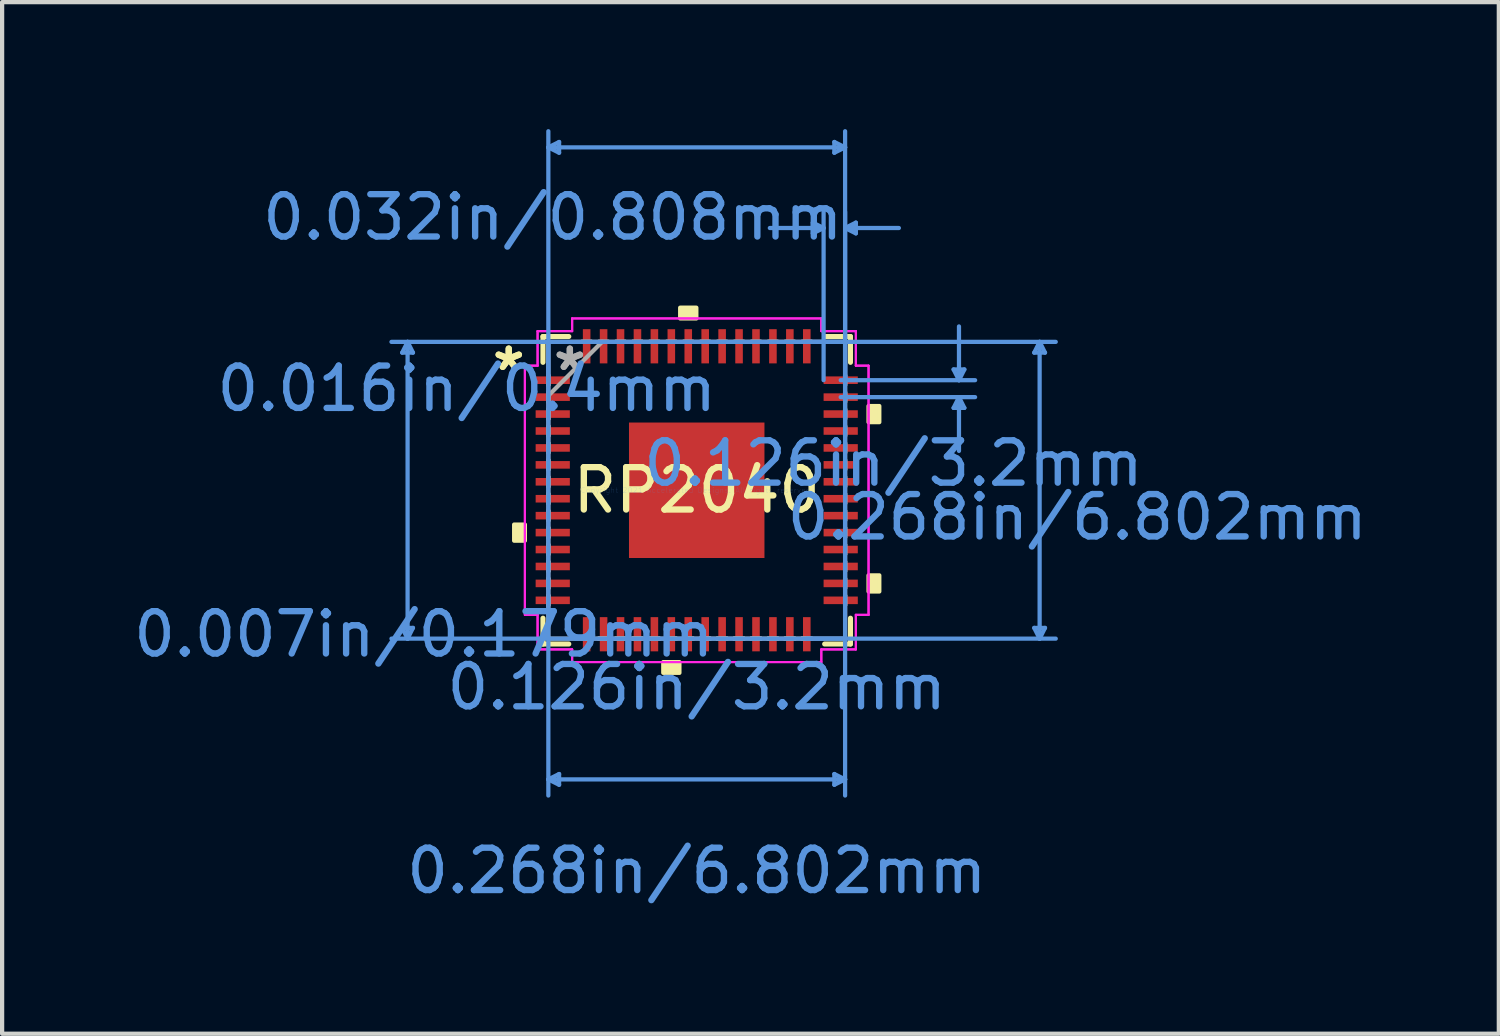
<source format=kicad_pcb>
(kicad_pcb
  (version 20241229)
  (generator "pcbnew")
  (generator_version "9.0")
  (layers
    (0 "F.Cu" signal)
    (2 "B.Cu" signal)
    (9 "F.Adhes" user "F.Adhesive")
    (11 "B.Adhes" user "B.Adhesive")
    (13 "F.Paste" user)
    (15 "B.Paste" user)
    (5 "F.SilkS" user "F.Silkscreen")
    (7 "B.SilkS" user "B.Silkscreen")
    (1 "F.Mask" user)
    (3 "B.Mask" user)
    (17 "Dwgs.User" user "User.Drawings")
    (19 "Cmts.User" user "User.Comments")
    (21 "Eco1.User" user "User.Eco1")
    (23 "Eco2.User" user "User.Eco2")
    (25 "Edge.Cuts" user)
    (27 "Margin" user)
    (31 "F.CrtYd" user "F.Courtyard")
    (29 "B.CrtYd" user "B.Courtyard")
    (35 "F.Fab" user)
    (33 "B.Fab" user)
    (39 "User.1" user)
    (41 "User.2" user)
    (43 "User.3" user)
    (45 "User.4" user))
  (footprint "RP2040"
    (layer "F.Cu")
    (at 13.408 8.531)
    (property "Reference" "RP2040" (at 0 0 0) (layer "F.SilkS") (effects (font (size 1 1) (thickness 0.15))))
    (attr through_hole)
    (fp_line (start -3.632 -3.632) (end -3.632 -3.022) (stroke (width 0.12) (type solid)) (layer "F.SilkS"))
    (fp_line (start -3.632 3.022) (end -3.632 3.632) (stroke (width 0.12) (type solid)) (layer "F.SilkS"))
    (fp_line (start -3.632 3.632) (end -3.022 3.632) (stroke (width 0.12) (type solid)) (layer "F.SilkS"))
    (fp_line (start -3.022 -3.632) (end -3.632 -3.632) (stroke (width 0.12) (type solid)) (layer "F.SilkS"))
    (fp_line (start 3.022 3.632) (end 3.632 3.632) (stroke (width 0.12) (type solid)) (layer "F.SilkS"))
    (fp_line (start 3.632 -3.632) (end 3.022 -3.632) (stroke (width 0.12) (type solid)) (layer "F.SilkS"))
    (fp_line (start 3.632 -3.022) (end 3.632 -3.632) (stroke (width 0.12) (type solid)) (layer "F.SilkS"))
    (fp_line (start 3.632 3.632) (end 3.632 3.022) (stroke (width 0.12) (type solid)) (layer "F.SilkS"))
    (fp_poly (pts (xy -4.313 0.81) (xy -4.313 1.191) (xy -4.059 1.191) (xy -4.059 0.81)) (stroke (width 0.1) (type solid)) (fill yes) (layer "F.SilkS"))
    (fp_poly (pts (xy -0.79 4.059) (xy -0.79 4.313) (xy -0.409 4.313) (xy -0.409 4.059)) (stroke (width 0.1) (type solid)) (fill yes) (layer "F.SilkS"))
    (fp_poly (pts (xy -0.391 -4.059) (xy -0.391 -4.313) (xy -0.009 -4.313) (xy -0.009 -4.059)) (stroke (width 0.1) (type solid)) (fill yes) (layer "F.SilkS"))
    (fp_poly (pts (xy 4.313 -1.99) (xy 4.313 -1.609) (xy 4.059 -1.609) (xy 4.059 -1.99)) (stroke (width 0.1) (type solid)) (fill yes) (layer "F.SilkS"))
    (fp_poly (pts (xy 4.313 2.01) (xy 4.313 2.391) (xy 4.059 2.391) (xy 4.059 2.01)) (stroke (width 0.1) (type solid)) (fill yes) (layer "F.SilkS"))
    (fp_poly (pts (xy -1.5 -1.5) (xy -1.5 -0.1) (xy -0.1 -0.1) (xy -0.1 -1.5)) (stroke (width 0.1) (type solid)) (fill yes) (layer "F.Paste"))
    (fp_poly (pts (xy -1.5 0.1) (xy -1.5 1.5) (xy -0.1 1.5) (xy -0.1 0.1)) (stroke (width 0.1) (type solid)) (fill yes) (layer "F.Paste"))
    (fp_poly (pts (xy 0.1 -1.5) (xy 0.1 -0.1) (xy 1.5 -0.1) (xy 1.5 -1.5)) (stroke (width 0.1) (type solid)) (fill yes) (layer "F.Paste"))
    (fp_poly (pts (xy 0.1 0.1) (xy 0.1 1.5) (xy 1.5 1.5) (xy 1.5 0.1)) (stroke (width 0.1) (type solid)) (fill yes) (layer "F.Paste"))
    (fp_line (start -6.957 -3.251) (end -6.703 -3.251) (stroke (width 0.1) (type solid)) (layer "Cmts.User"))
    (fp_line (start -6.957 3.251) (end -6.703 3.251) (stroke (width 0.1) (type solid)) (layer "Cmts.User"))
    (fp_line (start -6.83 -3.505) (end -6.957 -3.251) (stroke (width 0.1) (type solid)) (layer "Cmts.User"))
    (fp_line (start -6.83 -3.505) (end -6.83 3.505) (stroke (width 0.1) (type solid)) (layer "Cmts.User"))
    (fp_line (start -6.83 -3.505) (end -6.703 -3.251) (stroke (width 0.1) (type solid)) (layer "Cmts.User"))
    (fp_line (start -6.83 3.505) (end -6.957 3.251) (stroke (width 0.1) (type solid)) (layer "Cmts.User"))
    (fp_line (start -6.83 3.505) (end -6.703 3.251) (stroke (width 0.1) (type solid)) (layer "Cmts.User"))
    (fp_line (start -3.505 -8.1) (end -3.251 -8.227) (stroke (width 0.1) (type solid)) (layer "Cmts.User"))
    (fp_line (start -3.505 -8.1) (end -3.251 -7.973) (stroke (width 0.1) (type solid)) (layer "Cmts.User"))
    (fp_line (start -3.505 -8.1) (end 3.505 -8.1) (stroke (width 0.1) (type solid)) (layer "Cmts.User"))
    (fp_line (start -3.505 -3.505) (end -3.505 7.211) (stroke (width 0.1) (type solid)) (layer "Cmts.User"))
    (fp_line (start -3.505 -2.6) (end -3.505 -8.481) (stroke (width 0.1) (type solid)) (layer "Cmts.User"))
    (fp_line (start -3.505 6.83) (end -3.251 6.703) (stroke (width 0.1) (type solid)) (layer "Cmts.User"))
    (fp_line (start -3.505 6.83) (end -3.251 6.957) (stroke (width 0.1) (type solid)) (layer "Cmts.User"))
    (fp_line (start -3.505 6.83) (end 3.505 6.83) (stroke (width 0.1) (type solid)) (layer "Cmts.User"))
    (fp_line (start -3.251 -8.227) (end -3.251 -7.973) (stroke (width 0.1) (type solid)) (layer "Cmts.User"))
    (fp_line (start -3.251 6.703) (end -3.251 6.957) (stroke (width 0.1) (type solid)) (layer "Cmts.User"))
    (fp_line (start 2.6 -3.505) (end 8.481 -3.505) (stroke (width 0.1) (type solid)) (layer "Cmts.User"))
    (fp_line (start 2.6 3.505) (end 8.481 3.505) (stroke (width 0.1) (type solid)) (layer "Cmts.User"))
    (fp_line (start 2.743 -6.322) (end 2.743 -6.068) (stroke (width 0.1) (type solid)) (layer "Cmts.User"))
    (fp_line (start 2.997 -6.195) (end 1.727 -6.195) (stroke (width 0.1) (type solid)) (layer "Cmts.User"))
    (fp_line (start 2.997 -6.195) (end 2.743 -6.322) (stroke (width 0.1) (type solid)) (layer "Cmts.User"))
    (fp_line (start 2.997 -6.195) (end 2.743 -6.068) (stroke (width 0.1) (type solid)) (layer "Cmts.User"))
    (fp_line (start 2.997 -2.6) (end 2.997 -6.576) (stroke (width 0.1) (type solid)) (layer "Cmts.User"))
    (fp_line (start 3.251 -8.227) (end 3.251 -7.973) (stroke (width 0.1) (type solid)) (layer "Cmts.User"))
    (fp_line (start 3.251 6.703) (end 3.251 6.957) (stroke (width 0.1) (type solid)) (layer "Cmts.User"))
    (fp_line (start 3.401 -2.6) (end 6.576 -2.6) (stroke (width 0.1) (type solid)) (layer "Cmts.User"))
    (fp_line (start 3.401 -2.2) (end 6.576 -2.2) (stroke (width 0.1) (type solid)) (layer "Cmts.User"))
    (fp_line (start 3.505 -8.1) (end 3.251 -8.227) (stroke (width 0.1) (type solid)) (layer "Cmts.User"))
    (fp_line (start 3.505 -8.1) (end 3.251 -7.973) (stroke (width 0.1) (type solid)) (layer "Cmts.User"))
    (fp_line (start 3.505 -6.195) (end 3.759 -6.322) (stroke (width 0.1) (type solid)) (layer "Cmts.User"))
    (fp_line (start 3.505 -6.195) (end 3.759 -6.068) (stroke (width 0.1) (type solid)) (layer "Cmts.User"))
    (fp_line (start 3.505 -6.195) (end 4.775 -6.195) (stroke (width 0.1) (type solid)) (layer "Cmts.User"))
    (fp_line (start 3.505 -3.505) (end -7.211 -3.505) (stroke (width 0.1) (type solid)) (layer "Cmts.User"))
    (fp_line (start 3.505 -3.505) (end 3.505 7.211) (stroke (width 0.1) (type solid)) (layer "Cmts.User"))
    (fp_line (start 3.505 -2.6) (end 3.505 -8.481) (stroke (width 0.1) (type solid)) (layer "Cmts.User"))
    (fp_line (start 3.505 -2.6) (end 3.505 -6.576) (stroke (width 0.1) (type solid)) (layer "Cmts.User"))
    (fp_line (start 3.505 3.505) (end -7.211 3.505) (stroke (width 0.1) (type solid)) (layer "Cmts.User"))
    (fp_line (start 3.505 6.83) (end 3.251 6.703) (stroke (width 0.1) (type solid)) (layer "Cmts.User"))
    (fp_line (start 3.505 6.83) (end 3.251 6.957) (stroke (width 0.1) (type solid)) (layer "Cmts.User"))
    (fp_line (start 3.759 -6.322) (end 3.759 -6.068) (stroke (width 0.1) (type solid)) (layer "Cmts.User"))
    (fp_line (start 6.068 -2.854) (end 6.322 -2.854) (stroke (width 0.1) (type solid)) (layer "Cmts.User"))
    (fp_line (start 6.068 -1.946) (end 6.322 -1.946) (stroke (width 0.1) (type solid)) (layer "Cmts.User"))
    (fp_line (start 6.195 -2.6) (end 6.068 -2.854) (stroke (width 0.1) (type solid)) (layer "Cmts.User"))
    (fp_line (start 6.195 -2.6) (end 6.195 -3.87) (stroke (width 0.1) (type solid)) (layer "Cmts.User"))
    (fp_line (start 6.195 -2.6) (end 6.322 -2.854) (stroke (width 0.1) (type solid)) (layer "Cmts.User"))
    (fp_line (start 6.195 -2.2) (end 6.068 -1.946) (stroke (width 0.1) (type solid)) (layer "Cmts.User"))
    (fp_line (start 6.195 -2.2) (end 6.195 -0.93) (stroke (width 0.1) (type solid)) (layer "Cmts.User"))
    (fp_line (start 6.195 -2.2) (end 6.322 -1.946) (stroke (width 0.1) (type solid)) (layer "Cmts.User"))
    (fp_line (start 7.973 -3.251) (end 8.227 -3.251) (stroke (width 0.1) (type solid)) (layer "Cmts.User"))
    (fp_line (start 7.973 3.251) (end 8.227 3.251) (stroke (width 0.1) (type solid)) (layer "Cmts.User"))
    (fp_line (start 8.1 -3.505) (end 7.973 -3.251) (stroke (width 0.1) (type solid)) (layer "Cmts.User"))
    (fp_line (start 8.1 -3.505) (end 8.1 3.505) (stroke (width 0.1) (type solid)) (layer "Cmts.User"))
    (fp_line (start 8.1 -3.505) (end 8.227 -3.251) (stroke (width 0.1) (type solid)) (layer "Cmts.User"))
    (fp_line (start 8.1 3.505) (end 7.973 3.251) (stroke (width 0.1) (type solid)) (layer "Cmts.User"))
    (fp_line (start 8.1 3.505) (end 8.227 3.251) (stroke (width 0.1) (type solid)) (layer "Cmts.User"))
    (fp_line (start -4.059 -2.943) (end -3.759 -2.943) (stroke (width 0.05) (type solid)) (layer "F.CrtYd"))
    (fp_line (start -4.059 -2.943) (end -3.759 -2.943) (stroke (width 0.05) (type solid)) (layer "F.CrtYd"))
    (fp_line (start -4.059 2.943) (end -4.059 -2.943) (stroke (width 0.05) (type solid)) (layer "F.CrtYd"))
    (fp_line (start -4.059 2.943) (end -4.059 -2.943) (stroke (width 0.05) (type solid)) (layer "F.CrtYd"))
    (fp_line (start -3.759 -3.759) (end -2.943 -3.759) (stroke (width 0.05) (type solid)) (layer "F.CrtYd"))
    (fp_line (start -3.759 -3.759) (end -2.943 -3.759) (stroke (width 0.05) (type solid)) (layer "F.CrtYd"))
    (fp_line (start -3.759 -2.943) (end -3.759 -3.759) (stroke (width 0.05) (type solid)) (layer "F.CrtYd"))
    (fp_line (start -3.759 -2.943) (end -3.759 -3.759) (stroke (width 0.05) (type solid)) (layer "F.CrtYd"))
    (fp_line (start -3.759 2.943) (end -4.059 2.943) (stroke (width 0.05) (type solid)) (layer "F.CrtYd"))
    (fp_line (start -3.759 2.943) (end -4.059 2.943) (stroke (width 0.05) (type solid)) (layer "F.CrtYd"))
    (fp_line (start -3.759 3.759) (end -3.759 2.943) (stroke (width 0.05) (type solid)) (layer "F.CrtYd"))
    (fp_line (start -3.759 3.759) (end -3.759 2.943) (stroke (width 0.05) (type solid)) (layer "F.CrtYd"))
    (fp_line (start -2.943 -4.059) (end 2.943 -4.059) (stroke (width 0.05) (type solid)) (layer "F.CrtYd"))
    (fp_line (start -2.943 -4.059) (end 2.943 -4.059) (stroke (width 0.05) (type solid)) (layer "F.CrtYd"))
    (fp_line (start -2.943 -3.759) (end -2.943 -4.059) (stroke (width 0.05) (type solid)) (layer "F.CrtYd"))
    (fp_line (start -2.943 -3.759) (end -2.943 -4.059) (stroke (width 0.05) (type solid)) (layer "F.CrtYd"))
    (fp_line (start -2.943 3.759) (end -3.759 3.759) (stroke (width 0.05) (type solid)) (layer "F.CrtYd"))
    (fp_line (start -2.943 3.759) (end -3.759 3.759) (stroke (width 0.05) (type solid)) (layer "F.CrtYd"))
    (fp_line (start -2.943 4.059) (end -2.943 3.759) (stroke (width 0.05) (type solid)) (layer "F.CrtYd"))
    (fp_line (start -2.943 4.059) (end -2.943 3.759) (stroke (width 0.05) (type solid)) (layer "F.CrtYd"))
    (fp_line (start 2.943 -4.059) (end 2.943 -3.759) (stroke (width 0.05) (type solid)) (layer "F.CrtYd"))
    (fp_line (start 2.943 -4.059) (end 2.943 -3.759) (stroke (width 0.05) (type solid)) (layer "F.CrtYd"))
    (fp_line (start 2.943 -3.759) (end 3.759 -3.759) (stroke (width 0.05) (type solid)) (layer "F.CrtYd"))
    (fp_line (start 2.943 -3.759) (end 3.759 -3.759) (stroke (width 0.05) (type solid)) (layer "F.CrtYd"))
    (fp_line (start 2.943 3.759) (end 2.943 4.059) (stroke (width 0.05) (type solid)) (layer "F.CrtYd"))
    (fp_line (start 2.943 3.759) (end 2.943 4.059) (stroke (width 0.05) (type solid)) (layer "F.CrtYd"))
    (fp_line (start 2.943 4.059) (end -2.943 4.059) (stroke (width 0.05) (type solid)) (layer "F.CrtYd"))
    (fp_line (start 2.943 4.059) (end -2.943 4.059) (stroke (width 0.05) (type solid)) (layer "F.CrtYd"))
    (fp_line (start 3.759 -3.759) (end 3.759 -2.943) (stroke (width 0.05) (type solid)) (layer "F.CrtYd"))
    (fp_line (start 3.759 -3.759) (end 3.759 -2.943) (stroke (width 0.05) (type solid)) (layer "F.CrtYd"))
    (fp_line (start 3.759 -2.943) (end 4.059 -2.943) (stroke (width 0.05) (type solid)) (layer "F.CrtYd"))
    (fp_line (start 3.759 -2.943) (end 4.059 -2.943) (stroke (width 0.05) (type solid)) (layer "F.CrtYd"))
    (fp_line (start 3.759 2.943) (end 3.759 3.759) (stroke (width 0.05) (type solid)) (layer "F.CrtYd"))
    (fp_line (start 3.759 2.943) (end 3.759 3.759) (stroke (width 0.05) (type solid)) (layer "F.CrtYd"))
    (fp_line (start 3.759 3.759) (end 2.943 3.759) (stroke (width 0.05) (type solid)) (layer "F.CrtYd"))
    (fp_line (start 3.759 3.759) (end 2.943 3.759) (stroke (width 0.05) (type solid)) (layer "F.CrtYd"))
    (fp_line (start 4.059 -2.943) (end 4.059 2.943) (stroke (width 0.05) (type solid)) (layer "F.CrtYd"))
    (fp_line (start 4.059 -2.943) (end 4.059 2.943) (stroke (width 0.05) (type solid)) (layer "F.CrtYd"))
    (fp_line (start 4.059 2.943) (end 3.759 2.943) (stroke (width 0.05) (type solid)) (layer "F.CrtYd"))
    (fp_line (start 4.059 2.943) (end 3.759 2.943) (stroke (width 0.05) (type solid)) (layer "F.CrtYd"))
    (fp_line (start -3.505 -3.505) (end -3.505 -3.505) (stroke (width 0.1) (type solid)) (layer "F.Fab"))
    (fp_line (start -3.505 -3.505) (end -3.505 3.505) (stroke (width 0.1) (type solid)) (layer "F.Fab"))
    (fp_line (start -3.505 -2.714) (end -3.505 -2.714) (stroke (width 0.1) (type solid)) (layer "F.Fab"))
    (fp_line (start -3.505 -2.714) (end -3.505 -2.486) (stroke (width 0.1) (type solid)) (layer "F.Fab"))
    (fp_line (start -3.505 -2.486) (end -3.505 -2.714) (stroke (width 0.1) (type solid)) (layer "F.Fab"))
    (fp_line (start -3.505 -2.486) (end -3.505 -2.486) (stroke (width 0.1) (type solid)) (layer "F.Fab"))
    (fp_line (start -3.505 -2.314) (end -3.505 -2.314) (stroke (width 0.1) (type solid)) (layer "F.Fab"))
    (fp_line (start -3.505 -2.314) (end -3.505 -2.086) (stroke (width 0.1) (type solid)) (layer "F.Fab"))
    (fp_line (start -3.505 -2.235) (end -2.235 -3.505) (stroke (width 0.1) (type solid)) (layer "F.Fab"))
    (fp_line (start -3.505 -2.086) (end -3.505 -2.314) (stroke (width 0.1) (type solid)) (layer "F.Fab"))
    (fp_line (start -3.505 -2.086) (end -3.505 -2.086) (stroke (width 0.1) (type solid)) (layer "F.Fab"))
    (fp_line (start -3.505 -1.914) (end -3.505 -1.914) (stroke (width 0.1) (type solid)) (layer "F.Fab"))
    (fp_line (start -3.505 -1.914) (end -3.505 -1.686) (stroke (width 0.1) (type solid)) (layer "F.Fab"))
    (fp_line (start -3.505 -1.686) (end -3.505 -1.914) (stroke (width 0.1) (type solid)) (layer "F.Fab"))
    (fp_line (start -3.505 -1.686) (end -3.505 -1.686) (stroke (width 0.1) (type solid)) (layer "F.Fab"))
    (fp_line (start -3.505 -1.514) (end -3.505 -1.514) (stroke (width 0.1) (type solid)) (layer "F.Fab"))
    (fp_line (start -3.505 -1.514) (end -3.505 -1.286) (stroke (width 0.1) (type solid)) (layer "F.Fab"))
    (fp_line (start -3.505 -1.286) (end -3.505 -1.514) (stroke (width 0.1) (type solid)) (layer "F.Fab"))
    (fp_line (start -3.505 -1.286) (end -3.505 -1.286) (stroke (width 0.1) (type solid)) (layer "F.Fab"))
    (fp_line (start -3.505 -1.114) (end -3.505 -1.114) (stroke (width 0.1) (type solid)) (layer "F.Fab"))
    (fp_line (start -3.505 -1.114) (end -3.505 -0.886) (stroke (width 0.1) (type solid)) (layer "F.Fab"))
    (fp_line (start -3.505 -0.886) (end -3.505 -1.114) (stroke (width 0.1) (type solid)) (layer "F.Fab"))
    (fp_line (start -3.505 -0.886) (end -3.505 -0.886) (stroke (width 0.1) (type solid)) (layer "F.Fab"))
    (fp_line (start -3.505 -0.714) (end -3.505 -0.714) (stroke (width 0.1) (type solid)) (layer "F.Fab"))
    (fp_line (start -3.505 -0.714) (end -3.505 -0.486) (stroke (width 0.1) (type solid)) (layer "F.Fab"))
    (fp_line (start -3.505 -0.486) (end -3.505 -0.714) (stroke (width 0.1) (type solid)) (layer "F.Fab"))
    (fp_line (start -3.505 -0.486) (end -3.505 -0.486) (stroke (width 0.1) (type solid)) (layer "F.Fab"))
    (fp_line (start -3.505 -0.314) (end -3.505 -0.314) (stroke (width 0.1) (type solid)) (layer "F.Fab"))
    (fp_line (start -3.505 -0.314) (end -3.505 -0.086) (stroke (width 0.1) (type solid)) (layer "F.Fab"))
    (fp_line (start -3.505 -0.086) (end -3.505 -0.314) (stroke (width 0.1) (type solid)) (layer "F.Fab"))
    (fp_line (start -3.505 -0.086) (end -3.505 -0.086) (stroke (width 0.1) (type solid)) (layer "F.Fab"))
    (fp_line (start -3.505 0.086) (end -3.505 0.086) (stroke (width 0.1) (type solid)) (layer "F.Fab"))
    (fp_line (start -3.505 0.086) (end -3.505 0.314) (stroke (width 0.1) (type solid)) (layer "F.Fab"))
    (fp_line (start -3.505 0.314) (end -3.505 0.086) (stroke (width 0.1) (type solid)) (layer "F.Fab"))
    (fp_line (start -3.505 0.314) (end -3.505 0.314) (stroke (width 0.1) (type solid)) (layer "F.Fab"))
    (fp_line (start -3.505 0.486) (end -3.505 0.486) (stroke (width 0.1) (type solid)) (layer "F.Fab"))
    (fp_line (start -3.505 0.486) (end -3.505 0.714) (stroke (width 0.1) (type solid)) (layer "F.Fab"))
    (fp_line (start -3.505 0.714) (end -3.505 0.486) (stroke (width 0.1) (type solid)) (layer "F.Fab"))
    (fp_line (start -3.505 0.714) (end -3.505 0.714) (stroke (width 0.1) (type solid)) (layer "F.Fab"))
    (fp_line (start -3.505 0.886) (end -3.505 0.886) (stroke (width 0.1) (type solid)) (layer "F.Fab"))
    (fp_line (start -3.505 0.886) (end -3.505 1.114) (stroke (width 0.1) (type solid)) (layer "F.Fab"))
    (fp_line (start -3.505 1.114) (end -3.505 0.886) (stroke (width 0.1) (type solid)) (layer "F.Fab"))
    (fp_line (start -3.505 1.114) (end -3.505 1.114) (stroke (width 0.1) (type solid)) (layer "F.Fab"))
    (fp_line (start -3.505 1.286) (end -3.505 1.286) (stroke (width 0.1) (type solid)) (layer "F.Fab"))
    (fp_line (start -3.505 1.286) (end -3.505 1.514) (stroke (width 0.1) (type solid)) (layer "F.Fab"))
    (fp_line (start -3.505 1.514) (end -3.505 1.286) (stroke (width 0.1) (type solid)) (layer "F.Fab"))
    (fp_line (start -3.505 1.514) (end -3.505 1.514) (stroke (width 0.1) (type solid)) (layer "F.Fab"))
    (fp_line (start -3.505 1.686) (end -3.505 1.686) (stroke (width 0.1) (type solid)) (layer "F.Fab"))
    (fp_line (start -3.505 1.686) (end -3.505 1.914) (stroke (width 0.1) (type solid)) (layer "F.Fab"))
    (fp_line (start -3.505 1.914) (end -3.505 1.686) (stroke (width 0.1) (type solid)) (layer "F.Fab"))
    (fp_line (start -3.505 1.914) (end -3.505 1.914) (stroke (width 0.1) (type solid)) (layer "F.Fab"))
    (fp_line (start -3.505 2.086) (end -3.505 2.086) (stroke (width 0.1) (type solid)) (layer "F.Fab"))
    (fp_line (start -3.505 2.086) (end -3.505 2.314) (stroke (width 0.1) (type solid)) (layer "F.Fab"))
    (fp_line (start -3.505 2.314) (end -3.505 2.086) (stroke (width 0.1) (type solid)) (layer "F.Fab"))
    (fp_line (start -3.505 2.314) (end -3.505 2.314) (stroke (width 0.1) (type solid)) (layer "F.Fab"))
    (fp_line (start -3.505 2.486) (end -3.505 2.486) (stroke (width 0.1) (type solid)) (layer "F.Fab"))
    (fp_line (start -3.505 2.486) (end -3.505 2.714) (stroke (width 0.1) (type solid)) (layer "F.Fab"))
    (fp_line (start -3.505 2.714) (end -3.505 2.486) (stroke (width 0.1) (type solid)) (layer "F.Fab"))
    (fp_line (start -3.505 2.714) (end -3.505 2.714) (stroke (width 0.1) (type solid)) (layer "F.Fab"))
    (fp_line (start -3.505 3.505) (end -3.505 3.505) (stroke (width 0.1) (type solid)) (layer "F.Fab"))
    (fp_line (start -3.505 3.505) (end 3.505 3.505) (stroke (width 0.1) (type solid)) (layer "F.Fab"))
    (fp_line (start -2.714 -3.505) (end -2.714 -3.505) (stroke (width 0.1) (type solid)) (layer "F.Fab"))
    (fp_line (start -2.714 -3.505) (end -2.486 -3.505) (stroke (width 0.1) (type solid)) (layer "F.Fab"))
    (fp_line (start -2.714 3.505) (end -2.714 3.505) (stroke (width 0.1) (type solid)) (layer "F.Fab"))
    (fp_line (start -2.714 3.505) (end -2.486 3.505) (stroke (width 0.1) (type solid)) (layer "F.Fab"))
    (fp_line (start -2.486 -3.505) (end -2.714 -3.505) (stroke (width 0.1) (type solid)) (layer "F.Fab"))
    (fp_line (start -2.486 -3.505) (end -2.486 -3.505) (stroke (width 0.1) (type solid)) (layer "F.Fab"))
    (fp_line (start -2.486 3.505) (end -2.714 3.505) (stroke (width 0.1) (type solid)) (layer "F.Fab"))
    (fp_line (start -2.486 3.505) (end -2.486 3.505) (stroke (width 0.1) (type solid)) (layer "F.Fab"))
    (fp_line (start -2.314 -3.505) (end -2.314 -3.505) (stroke (width 0.1) (type solid)) (layer "F.Fab"))
    (fp_line (start -2.314 -3.505) (end -2.086 -3.505) (stroke (width 0.1) (type solid)) (layer "F.Fab"))
    (fp_line (start -2.314 3.505) (end -2.314 3.505) (stroke (width 0.1) (type solid)) (layer "F.Fab"))
    (fp_line (start -2.314 3.505) (end -2.086 3.505) (stroke (width 0.1) (type solid)) (layer "F.Fab"))
    (fp_line (start -2.086 -3.505) (end -2.314 -3.505) (stroke (width 0.1) (type solid)) (layer "F.Fab"))
    (fp_line (start -2.086 -3.505) (end -2.086 -3.505) (stroke (width 0.1) (type solid)) (layer "F.Fab"))
    (fp_line (start -2.086 3.505) (end -2.314 3.505) (stroke (width 0.1) (type solid)) (layer "F.Fab"))
    (fp_line (start -2.086 3.505) (end -2.086 3.505) (stroke (width 0.1) (type solid)) (layer "F.Fab"))
    (fp_line (start -1.914 -3.505) (end -1.914 -3.505) (stroke (width 0.1) (type solid)) (layer "F.Fab"))
    (fp_line (start -1.914 -3.505) (end -1.686 -3.505) (stroke (width 0.1) (type solid)) (layer "F.Fab"))
    (fp_line (start -1.914 3.505) (end -1.914 3.505) (stroke (width 0.1) (type solid)) (layer "F.Fab"))
    (fp_line (start -1.914 3.505) (end -1.686 3.505) (stroke (width 0.1) (type solid)) (layer "F.Fab"))
    (fp_line (start -1.686 -3.505) (end -1.914 -3.505) (stroke (width 0.1) (type solid)) (layer "F.Fab"))
    (fp_line (start -1.686 -3.505) (end -1.686 -3.505) (stroke (width 0.1) (type solid)) (layer "F.Fab"))
    (fp_line (start -1.686 3.505) (end -1.914 3.505) (stroke (width 0.1) (type solid)) (layer "F.Fab"))
    (fp_line (start -1.686 3.505) (end -1.686 3.505) (stroke (width 0.1) (type solid)) (layer "F.Fab"))
    (fp_line (start -1.514 -3.505) (end -1.514 -3.505) (stroke (width 0.1) (type solid)) (layer "F.Fab"))
    (fp_line (start -1.514 -3.505) (end -1.286 -3.505) (stroke (width 0.1) (type solid)) (layer "F.Fab"))
    (fp_line (start -1.514 3.505) (end -1.514 3.505) (stroke (width 0.1) (type solid)) (layer "F.Fab"))
    (fp_line (start -1.514 3.505) (end -1.286 3.505) (stroke (width 0.1) (type solid)) (layer "F.Fab"))
    (fp_line (start -1.286 -3.505) (end -1.514 -3.505) (stroke (width 0.1) (type solid)) (layer "F.Fab"))
    (fp_line (start -1.286 -3.505) (end -1.286 -3.505) (stroke (width 0.1) (type solid)) (layer "F.Fab"))
    (fp_line (start -1.286 3.505) (end -1.514 3.505) (stroke (width 0.1) (type solid)) (layer "F.Fab"))
    (fp_line (start -1.286 3.505) (end -1.286 3.505) (stroke (width 0.1) (type solid)) (layer "F.Fab"))
    (fp_line (start -1.114 -3.505) (end -1.114 -3.505) (stroke (width 0.1) (type solid)) (layer "F.Fab"))
    (fp_line (start -1.114 -3.505) (end -0.886 -3.505) (stroke (width 0.1) (type solid)) (layer "F.Fab"))
    (fp_line (start -1.114 3.505) (end -1.114 3.505) (stroke (width 0.1) (type solid)) (layer "F.Fab"))
    (fp_line (start -1.114 3.505) (end -0.886 3.505) (stroke (width 0.1) (type solid)) (layer "F.Fab"))
    (fp_line (start -0.886 -3.505) (end -1.114 -3.505) (stroke (width 0.1) (type solid)) (layer "F.Fab"))
    (fp_line (start -0.886 -3.505) (end -0.886 -3.505) (stroke (width 0.1) (type solid)) (layer "F.Fab"))
    (fp_line (start -0.886 3.505) (end -1.114 3.505) (stroke (width 0.1) (type solid)) (layer "F.Fab"))
    (fp_line (start -0.886 3.505) (end -0.886 3.505) (stroke (width 0.1) (type solid)) (layer "F.Fab"))
    (fp_line (start -0.714 -3.505) (end -0.714 -3.505) (stroke (width 0.1) (type solid)) (layer "F.Fab"))
    (fp_line (start -0.714 -3.505) (end -0.486 -3.505) (stroke (width 0.1) (type solid)) (layer "F.Fab"))
    (fp_line (start -0.714 3.505) (end -0.714 3.505) (stroke (width 0.1) (type solid)) (layer "F.Fab"))
    (fp_line (start -0.714 3.505) (end -0.486 3.505) (stroke (width 0.1) (type solid)) (layer "F.Fab"))
    (fp_line (start -0.486 -3.505) (end -0.714 -3.505) (stroke (width 0.1) (type solid)) (layer "F.Fab"))
    (fp_line (start -0.486 -3.505) (end -0.486 -3.505) (stroke (width 0.1) (type solid)) (layer "F.Fab"))
    (fp_line (start -0.486 3.505) (end -0.714 3.505) (stroke (width 0.1) (type solid)) (layer "F.Fab"))
    (fp_line (start -0.486 3.505) (end -0.486 3.505) (stroke (width 0.1) (type solid)) (layer "F.Fab"))
    (fp_line (start -0.314 -3.505) (end -0.314 -3.505) (stroke (width 0.1) (type solid)) (layer "F.Fab"))
    (fp_line (start -0.314 -3.505) (end -0.086 -3.505) (stroke (width 0.1) (type solid)) (layer "F.Fab"))
    (fp_line (start -0.314 3.505) (end -0.314 3.505) (stroke (width 0.1) (type solid)) (layer "F.Fab"))
    (fp_line (start -0.314 3.505) (end -0.086 3.505) (stroke (width 0.1) (type solid)) (layer "F.Fab"))
    (fp_line (start -0.086 -3.505) (end -0.314 -3.505) (stroke (width 0.1) (type solid)) (layer "F.Fab"))
    (fp_line (start -0.086 -3.505) (end -0.086 -3.505) (stroke (width 0.1) (type solid)) (layer "F.Fab"))
    (fp_line (start -0.086 3.505) (end -0.314 3.505) (stroke (width 0.1) (type solid)) (layer "F.Fab"))
    (fp_line (start -0.086 3.505) (end -0.086 3.505) (stroke (width 0.1) (type solid)) (layer "F.Fab"))
    (fp_line (start 0.086 -3.505) (end 0.086 -3.505) (stroke (width 0.1) (type solid)) (layer "F.Fab"))
    (fp_line (start 0.086 -3.505) (end 0.314 -3.505) (stroke (width 0.1) (type solid)) (layer "F.Fab"))
    (fp_line (start 0.086 3.505) (end 0.086 3.505) (stroke (width 0.1) (type solid)) (layer "F.Fab"))
    (fp_line (start 0.086 3.505) (end 0.314 3.505) (stroke (width 0.1) (type solid)) (layer "F.Fab"))
    (fp_line (start 0.314 -3.505) (end 0.086 -3.505) (stroke (width 0.1) (type solid)) (layer "F.Fab"))
    (fp_line (start 0.314 -3.505) (end 0.314 -3.505) (stroke (width 0.1) (type solid)) (layer "F.Fab"))
    (fp_line (start 0.314 3.505) (end 0.086 3.505) (stroke (width 0.1) (type solid)) (layer "F.Fab"))
    (fp_line (start 0.314 3.505) (end 0.314 3.505) (stroke (width 0.1) (type solid)) (layer "F.Fab"))
    (fp_line (start 0.486 -3.505) (end 0.486 -3.505) (stroke (width 0.1) (type solid)) (layer "F.Fab"))
    (fp_line (start 0.486 -3.505) (end 0.714 -3.505) (stroke (width 0.1) (type solid)) (layer "F.Fab"))
    (fp_line (start 0.486 3.505) (end 0.486 3.505) (stroke (width 0.1) (type solid)) (layer "F.Fab"))
    (fp_line (start 0.486 3.505) (end 0.714 3.505) (stroke (width 0.1) (type solid)) (layer "F.Fab"))
    (fp_line (start 0.714 -3.505) (end 0.486 -3.505) (stroke (width 0.1) (type solid)) (layer "F.Fab"))
    (fp_line (start 0.714 -3.505) (end 0.714 -3.505) (stroke (width 0.1) (type solid)) (layer "F.Fab"))
    (fp_line (start 0.714 3.505) (end 0.486 3.505) (stroke (width 0.1) (type solid)) (layer "F.Fab"))
    (fp_line (start 0.714 3.505) (end 0.714 3.505) (stroke (width 0.1) (type solid)) (layer "F.Fab"))
    (fp_line (start 0.886 -3.505) (end 0.886 -3.505) (stroke (width 0.1) (type solid)) (layer "F.Fab"))
    (fp_line (start 0.886 -3.505) (end 1.114 -3.505) (stroke (width 0.1) (type solid)) (layer "F.Fab"))
    (fp_line (start 0.886 3.505) (end 0.886 3.505) (stroke (width 0.1) (type solid)) (layer "F.Fab"))
    (fp_line (start 0.886 3.505) (end 1.114 3.505) (stroke (width 0.1) (type solid)) (layer "F.Fab"))
    (fp_line (start 1.114 -3.505) (end 0.886 -3.505) (stroke (width 0.1) (type solid)) (layer "F.Fab"))
    (fp_line (start 1.114 -3.505) (end 1.114 -3.505) (stroke (width 0.1) (type solid)) (layer "F.Fab"))
    (fp_line (start 1.114 3.505) (end 0.886 3.505) (stroke (width 0.1) (type solid)) (layer "F.Fab"))
    (fp_line (start 1.114 3.505) (end 1.114 3.505) (stroke (width 0.1) (type solid)) (layer "F.Fab"))
    (fp_line (start 1.286 -3.505) (end 1.286 -3.505) (stroke (width 0.1) (type solid)) (layer "F.Fab"))
    (fp_line (start 1.286 -3.505) (end 1.514 -3.505) (stroke (width 0.1) (type solid)) (layer "F.Fab"))
    (fp_line (start 1.286 3.505) (end 1.286 3.505) (stroke (width 0.1) (type solid)) (layer "F.Fab"))
    (fp_line (start 1.286 3.505) (end 1.514 3.505) (stroke (width 0.1) (type solid)) (layer "F.Fab"))
    (fp_line (start 1.514 -3.505) (end 1.286 -3.505) (stroke (width 0.1) (type solid)) (layer "F.Fab"))
    (fp_line (start 1.514 -3.505) (end 1.514 -3.505) (stroke (width 0.1) (type solid)) (layer "F.Fab"))
    (fp_line (start 1.514 3.505) (end 1.286 3.505) (stroke (width 0.1) (type solid)) (layer "F.Fab"))
    (fp_line (start 1.514 3.505) (end 1.514 3.505) (stroke (width 0.1) (type solid)) (layer "F.Fab"))
    (fp_line (start 1.686 -3.505) (end 1.686 -3.505) (stroke (width 0.1) (type solid)) (layer "F.Fab"))
    (fp_line (start 1.686 -3.505) (end 1.914 -3.505) (stroke (width 0.1) (type solid)) (layer "F.Fab"))
    (fp_line (start 1.686 3.505) (end 1.686 3.505) (stroke (width 0.1) (type solid)) (layer "F.Fab"))
    (fp_line (start 1.686 3.505) (end 1.914 3.505) (stroke (width 0.1) (type solid)) (layer "F.Fab"))
    (fp_line (start 1.914 -3.505) (end 1.686 -3.505) (stroke (width 0.1) (type solid)) (layer "F.Fab"))
    (fp_line (start 1.914 -3.505) (end 1.914 -3.505) (stroke (width 0.1) (type solid)) (layer "F.Fab"))
    (fp_line (start 1.914 3.505) (end 1.686 3.505) (stroke (width 0.1) (type solid)) (layer "F.Fab"))
    (fp_line (start 1.914 3.505) (end 1.914 3.505) (stroke (width 0.1) (type solid)) (layer "F.Fab"))
    (fp_line (start 2.086 -3.505) (end 2.086 -3.505) (stroke (width 0.1) (type solid)) (layer "F.Fab"))
    (fp_line (start 2.086 -3.505) (end 2.314 -3.505) (stroke (width 0.1) (type solid)) (layer "F.Fab"))
    (fp_line (start 2.086 3.505) (end 2.086 3.505) (stroke (width 0.1) (type solid)) (layer "F.Fab"))
    (fp_line (start 2.086 3.505) (end 2.314 3.505) (stroke (width 0.1) (type solid)) (layer "F.Fab"))
    (fp_line (start 2.314 -3.505) (end 2.086 -3.505) (stroke (width 0.1) (type solid)) (layer "F.Fab"))
    (fp_line (start 2.314 -3.505) (end 2.314 -3.505) (stroke (width 0.1) (type solid)) (layer "F.Fab"))
    (fp_line (start 2.314 3.505) (end 2.086 3.505) (stroke (width 0.1) (type solid)) (layer "F.Fab"))
    (fp_line (start 2.314 3.505) (end 2.314 3.505) (stroke (width 0.1) (type solid)) (layer "F.Fab"))
    (fp_line (start 2.486 -3.505) (end 2.486 -3.505) (stroke (width 0.1) (type solid)) (layer "F.Fab"))
    (fp_line (start 2.486 -3.505) (end 2.714 -3.505) (stroke (width 0.1) (type solid)) (layer "F.Fab"))
    (fp_line (start 2.486 3.505) (end 2.486 3.505) (stroke (width 0.1) (type solid)) (layer "F.Fab"))
    (fp_line (start 2.486 3.505) (end 2.714 3.505) (stroke (width 0.1) (type solid)) (layer "F.Fab"))
    (fp_line (start 2.714 -3.505) (end 2.486 -3.505) (stroke (width 0.1) (type solid)) (layer "F.Fab"))
    (fp_line (start 2.714 -3.505) (end 2.714 -3.505) (stroke (width 0.1) (type solid)) (layer "F.Fab"))
    (fp_line (start 2.714 3.505) (end 2.486 3.505) (stroke (width 0.1) (type solid)) (layer "F.Fab"))
    (fp_line (start 2.714 3.505) (end 2.714 3.505) (stroke (width 0.1) (type solid)) (layer "F.Fab"))
    (fp_line (start 3.505 -3.505) (end -3.505 -3.505) (stroke (width 0.1) (type solid)) (layer "F.Fab"))
    (fp_line (start 3.505 -3.505) (end 3.505 -3.505) (stroke (width 0.1) (type solid)) (layer "F.Fab"))
    (fp_line (start 3.505 -2.714) (end 3.505 -2.714) (stroke (width 0.1) (type solid)) (layer "F.Fab"))
    (fp_line (start 3.505 -2.714) (end 3.505 -2.486) (stroke (width 0.1) (type solid)) (layer "F.Fab"))
    (fp_line (start 3.505 -2.486) (end 3.505 -2.714) (stroke (width 0.1) (type solid)) (layer "F.Fab"))
    (fp_line (start 3.505 -2.486) (end 3.505 -2.486) (stroke (width 0.1) (type solid)) (layer "F.Fab"))
    (fp_line (start 3.505 -2.314) (end 3.505 -2.314) (stroke (width 0.1) (type solid)) (layer "F.Fab"))
    (fp_line (start 3.505 -2.314) (end 3.505 -2.086) (stroke (width 0.1) (type solid)) (layer "F.Fab"))
    (fp_line (start 3.505 -2.086) (end 3.505 -2.314) (stroke (width 0.1) (type solid)) (layer "F.Fab"))
    (fp_line (start 3.505 -2.086) (end 3.505 -2.086) (stroke (width 0.1) (type solid)) (layer "F.Fab"))
    (fp_line (start 3.505 -1.914) (end 3.505 -1.914) (stroke (width 0.1) (type solid)) (layer "F.Fab"))
    (fp_line (start 3.505 -1.914) (end 3.505 -1.686) (stroke (width 0.1) (type solid)) (layer "F.Fab"))
    (fp_line (start 3.505 -1.686) (end 3.505 -1.914) (stroke (width 0.1) (type solid)) (layer "F.Fab"))
    (fp_line (start 3.505 -1.686) (end 3.505 -1.686) (stroke (width 0.1) (type solid)) (layer "F.Fab"))
    (fp_line (start 3.505 -1.514) (end 3.505 -1.514) (stroke (width 0.1) (type solid)) (layer "F.Fab"))
    (fp_line (start 3.505 -1.514) (end 3.505 -1.286) (stroke (width 0.1) (type solid)) (layer "F.Fab"))
    (fp_line (start 3.505 -1.286) (end 3.505 -1.514) (stroke (width 0.1) (type solid)) (layer "F.Fab"))
    (fp_line (start 3.505 -1.286) (end 3.505 -1.286) (stroke (width 0.1) (type solid)) (layer "F.Fab"))
    (fp_line (start 3.505 -1.114) (end 3.505 -1.114) (stroke (width 0.1) (type solid)) (layer "F.Fab"))
    (fp_line (start 3.505 -1.114) (end 3.505 -0.886) (stroke (width 0.1) (type solid)) (layer "F.Fab"))
    (fp_line (start 3.505 -0.886) (end 3.505 -1.114) (stroke (width 0.1) (type solid)) (layer "F.Fab"))
    (fp_line (start 3.505 -0.886) (end 3.505 -0.886) (stroke (width 0.1) (type solid)) (layer "F.Fab"))
    (fp_line (start 3.505 -0.714) (end 3.505 -0.714) (stroke (width 0.1) (type solid)) (layer "F.Fab"))
    (fp_line (start 3.505 -0.714) (end 3.505 -0.486) (stroke (width 0.1) (type solid)) (layer "F.Fab"))
    (fp_line (start 3.505 -0.486) (end 3.505 -0.714) (stroke (width 0.1) (type solid)) (layer "F.Fab"))
    (fp_line (start 3.505 -0.486) (end 3.505 -0.486) (stroke (width 0.1) (type solid)) (layer "F.Fab"))
    (fp_line (start 3.505 -0.314) (end 3.505 -0.314) (stroke (width 0.1) (type solid)) (layer "F.Fab"))
    (fp_line (start 3.505 -0.314) (end 3.505 -0.086) (stroke (width 0.1) (type solid)) (layer "F.Fab"))
    (fp_line (start 3.505 -0.086) (end 3.505 -0.314) (stroke (width 0.1) (type solid)) (layer "F.Fab"))
    (fp_line (start 3.505 -0.086) (end 3.505 -0.086) (stroke (width 0.1) (type solid)) (layer "F.Fab"))
    (fp_line (start 3.505 0.086) (end 3.505 0.086) (stroke (width 0.1) (type solid)) (layer "F.Fab"))
    (fp_line (start 3.505 0.086) (end 3.505 0.314) (stroke (width 0.1) (type solid)) (layer "F.Fab"))
    (fp_line (start 3.505 0.314) (end 3.505 0.086) (stroke (width 0.1) (type solid)) (layer "F.Fab"))
    (fp_line (start 3.505 0.314) (end 3.505 0.314) (stroke (width 0.1) (type solid)) (layer "F.Fab"))
    (fp_line (start 3.505 0.486) (end 3.505 0.486) (stroke (width 0.1) (type solid)) (layer "F.Fab"))
    (fp_line (start 3.505 0.486) (end 3.505 0.714) (stroke (width 0.1) (type solid)) (layer "F.Fab"))
    (fp_line (start 3.505 0.714) (end 3.505 0.486) (stroke (width 0.1) (type solid)) (layer "F.Fab"))
    (fp_line (start 3.505 0.714) (end 3.505 0.714) (stroke (width 0.1) (type solid)) (layer "F.Fab"))
    (fp_line (start 3.505 0.886) (end 3.505 0.886) (stroke (width 0.1) (type solid)) (layer "F.Fab"))
    (fp_line (start 3.505 0.886) (end 3.505 1.114) (stroke (width 0.1) (type solid)) (layer "F.Fab"))
    (fp_line (start 3.505 1.114) (end 3.505 0.886) (stroke (width 0.1) (type solid)) (layer "F.Fab"))
    (fp_line (start 3.505 1.114) (end 3.505 1.114) (stroke (width 0.1) (type solid)) (layer "F.Fab"))
    (fp_line (start 3.505 1.286) (end 3.505 1.286) (stroke (width 0.1) (type solid)) (layer "F.Fab"))
    (fp_line (start 3.505 1.286) (end 3.505 1.514) (stroke (width 0.1) (type solid)) (layer "F.Fab"))
    (fp_line (start 3.505 1.514) (end 3.505 1.286) (stroke (width 0.1) (type solid)) (layer "F.Fab"))
    (fp_line (start 3.505 1.514) (end 3.505 1.514) (stroke (width 0.1) (type solid)) (layer "F.Fab"))
    (fp_line (start 3.505 1.686) (end 3.505 1.686) (stroke (width 0.1) (type solid)) (layer "F.Fab"))
    (fp_line (start 3.505 1.686) (end 3.505 1.914) (stroke (width 0.1) (type solid)) (layer "F.Fab"))
    (fp_line (start 3.505 1.914) (end 3.505 1.686) (stroke (width 0.1) (type solid)) (layer "F.Fab"))
    (fp_line (start 3.505 1.914) (end 3.505 1.914) (stroke (width 0.1) (type solid)) (layer "F.Fab"))
    (fp_line (start 3.505 2.086) (end 3.505 2.086) (stroke (width 0.1) (type solid)) (layer "F.Fab"))
    (fp_line (start 3.505 2.086) (end 3.505 2.314) (stroke (width 0.1) (type solid)) (layer "F.Fab"))
    (fp_line (start 3.505 2.314) (end 3.505 2.086) (stroke (width 0.1) (type solid)) (layer "F.Fab"))
    (fp_line (start 3.505 2.314) (end 3.505 2.314) (stroke (width 0.1) (type solid)) (layer "F.Fab"))
    (fp_line (start 3.505 2.486) (end 3.505 2.486) (stroke (width 0.1) (type solid)) (layer "F.Fab"))
    (fp_line (start 3.505 2.486) (end 3.505 2.714) (stroke (width 0.1) (type solid)) (layer "F.Fab"))
    (fp_line (start 3.505 2.714) (end 3.505 2.486) (stroke (width 0.1) (type solid)) (layer "F.Fab"))
    (fp_line (start 3.505 2.714) (end 3.505 2.714) (stroke (width 0.1) (type solid)) (layer "F.Fab"))
    (fp_line (start 3.505 3.505) (end 3.505 -3.505) (stroke (width 0.1) (type solid)) (layer "F.Fab"))
    (fp_line (start 3.505 3.505) (end 3.505 3.505) (stroke (width 0.1) (type solid)) (layer "F.Fab"))
    (fp_text user "*" (at -4.44 -2.8 0) (layer "F.SilkS") (effects (font (size 1 1) (thickness 0.15))))
    (fp_text user "*" (at -4.44 -2.8 0) (layer "F.SilkS") (effects (font (size 1 1) (thickness 0.15))))
    (fp_text user "Copyright 2021 Accelerated Designs. All rights reserved." (at 0 0 0) (layer "Cmts.User") (effects (font (size 0.127 0.127) (thickness 0.002))))
    (fp_text user "0.032in/0.808mm" (at -3.401 -6.449 0) (layer "Cmts.User") (effects (font (size 1 1) (thickness 0.15))))
    (fp_text user "0.007in/0.179mm" (at -6.449 3.401 0) (layer "Cmts.User") (effects (font (size 1 1) (thickness 0.15))))
    (fp_text user "0.126in/3.2mm" (at 4.648 -0.635 0) (layer "Cmts.User") (effects (font (size 1 1) (thickness 0.15))))
    (fp_text user "0.268in/6.802mm" (at 8.989 0.635 0) (layer "Cmts.User") (effects (font (size 1 1) (thickness 0.15))))
    (fp_text user "0.268in/6.802mm" (at 0 8.989 0) (layer "Cmts.User") (effects (font (size 1 1) (thickness 0.15))))
    (fp_text user "0.126in/3.2mm" (at 0 4.648 0) (layer "Cmts.User") (effects (font (size 1 1) (thickness 0.15))))
    (fp_text user "0.016in/0.4mm" (at -5.433 -2.4 0) (layer "Cmts.User") (effects (font (size 1 1) (thickness 0.15))))
    (fp_text user "*" (at -2.997 -2.8 0) (layer "F.Fab") (effects (font (size 1 1) (thickness 0.15))))
    (fp_text user "*" (at -2.997 -2.8 0) (layer "F.Fab") (effects (font (size 1 1) (thickness 0.15))))
    (pad "1" smd rect (at -3.401 -2.6 90) (size 0.179 0.808) (layers "F.Cu" "F.Mask" "F.Paste"))
    (pad "2" smd rect (at -3.401 -2.2 90) (size 0.179 0.808) (layers "F.Cu" "F.Mask" "F.Paste"))
    (pad "3" smd rect (at -3.401 -1.8 90) (size 0.179 0.808) (layers "F.Cu" "F.Mask" "F.Paste"))
    (pad "4" smd rect (at -3.401 -1.4 90) (size 0.179 0.808) (layers "F.Cu" "F.Mask" "F.Paste"))
    (pad "5" smd rect (at -3.401 -1 90) (size 0.179 0.808) (layers "F.Cu" "F.Mask" "F.Paste"))
    (pad "6" smd rect (at -3.401 -0.6 90) (size 0.179 0.808) (layers "F.Cu" "F.Mask" "F.Paste"))
    (pad "7" smd rect (at -3.401 -0.2 90) (size 0.179 0.808) (layers "F.Cu" "F.Mask" "F.Paste"))
    (pad "8" smd rect (at -3.401 0.2 90) (size 0.179 0.808) (layers "F.Cu" "F.Mask" "F.Paste"))
    (pad "9" smd rect (at -3.401 0.6 90) (size 0.179 0.808) (layers "F.Cu" "F.Mask" "F.Paste"))
    (pad "10" smd rect (at -3.401 1 90) (size 0.179 0.808) (layers "F.Cu" "F.Mask" "F.Paste"))
    (pad "11" smd rect (at -3.401 1.4 90) (size 0.179 0.808) (layers "F.Cu" "F.Mask" "F.Paste"))
    (pad "12" smd rect (at -3.401 1.8 90) (size 0.179 0.808) (layers "F.Cu" "F.Mask" "F.Paste"))
    (pad "13" smd rect (at -3.401 2.2 90) (size 0.179 0.808) (layers "F.Cu" "F.Mask" "F.Paste"))
    (pad "14" smd rect (at -3.401 2.6 90) (size 0.179 0.808) (layers "F.Cu" "F.Mask" "F.Paste"))
    (pad "15" smd rect (at -2.6 3.401) (size 0.179 0.808) (layers "F.Cu" "F.Mask" "F.Paste"))
    (pad "16" smd rect (at -2.2 3.401) (size 0.179 0.808) (layers "F.Cu" "F.Mask" "F.Paste"))
    (pad "17" smd rect (at -1.8 3.401) (size 0.179 0.808) (layers "F.Cu" "F.Mask" "F.Paste"))
    (pad "18" smd rect (at -1.4 3.401) (size 0.179 0.808) (layers "F.Cu" "F.Mask" "F.Paste"))
    (pad "19" smd rect (at -1 3.401) (size 0.179 0.808) (layers "F.Cu" "F.Mask" "F.Paste"))
    (pad "20" smd rect (at -0.6 3.401) (size 0.179 0.808) (layers "F.Cu" "F.Mask" "F.Paste"))
    (pad "21" smd rect (at -0.2 3.401) (size 0.179 0.808) (layers "F.Cu" "F.Mask" "F.Paste"))
    (pad "22" smd rect (at 0.2 3.401) (size 0.179 0.808) (layers "F.Cu" "F.Mask" "F.Paste"))
    (pad "23" smd rect (at 0.6 3.401) (size 0.179 0.808) (layers "F.Cu" "F.Mask" "F.Paste"))
    (pad "24" smd rect (at 1 3.401) (size 0.179 0.808) (layers "F.Cu" "F.Mask" "F.Paste"))
    (pad "25" smd rect (at 1.4 3.401) (size 0.179 0.808) (layers "F.Cu" "F.Mask" "F.Paste"))
    (pad "26" smd rect (at 1.8 3.401) (size 0.179 0.808) (layers "F.Cu" "F.Mask" "F.Paste"))
    (pad "27" smd rect (at 2.2 3.401) (size 0.179 0.808) (layers "F.Cu" "F.Mask" "F.Paste"))
    (pad "28" smd rect (at 2.6 3.401) (size 0.179 0.808) (layers "F.Cu" "F.Mask" "F.Paste"))
    (pad "29" smd rect (at 3.401 2.6 90) (size 0.179 0.808) (layers "F.Cu" "F.Mask" "F.Paste"))
    (pad "30" smd rect (at 3.401 2.2 90) (size 0.179 0.808) (layers "F.Cu" "F.Mask" "F.Paste"))
    (pad "31" smd rect (at 3.401 1.8 90) (size 0.179 0.808) (layers "F.Cu" "F.Mask" "F.Paste"))
    (pad "32" smd rect (at 3.401 1.4 90) (size 0.179 0.808) (layers "F.Cu" "F.Mask" "F.Paste"))
    (pad "33" smd rect (at 3.401 1 90) (size 0.179 0.808) (layers "F.Cu" "F.Mask" "F.Paste"))
    (pad "34" smd rect (at 3.401 0.6 90) (size 0.179 0.808) (layers "F.Cu" "F.Mask" "F.Paste"))
    (pad "35" smd rect (at 3.401 0.2 90) (size 0.179 0.808) (layers "F.Cu" "F.Mask" "F.Paste"))
    (pad "36" smd rect (at 3.401 -0.2 90) (size 0.179 0.808) (layers "F.Cu" "F.Mask" "F.Paste"))
    (pad "37" smd rect (at 3.401 -0.6 90) (size 0.179 0.808) (layers "F.Cu" "F.Mask" "F.Paste"))
    (pad "38" smd rect (at 3.401 -1 90) (size 0.179 0.808) (layers "F.Cu" "F.Mask" "F.Paste"))
    (pad "39" smd rect (at 3.401 -1.4 90) (size 0.179 0.808) (layers "F.Cu" "F.Mask" "F.Paste"))
    (pad "40" smd rect (at 3.401 -1.8 90) (size 0.179 0.808) (layers "F.Cu" "F.Mask" "F.Paste"))
    (pad "41" smd rect (at 3.401 -2.2 90) (size 0.179 0.808) (layers "F.Cu" "F.Mask" "F.Paste"))
    (pad "42" smd rect (at 3.401 -2.6 90) (size 0.179 0.808) (layers "F.Cu" "F.Mask" "F.Paste"))
    (pad "43" smd rect (at 2.6 -3.401) (size 0.179 0.808) (layers "F.Cu" "F.Mask" "F.Paste"))
    (pad "44" smd rect (at 2.2 -3.401) (size 0.179 0.808) (layers "F.Cu" "F.Mask" "F.Paste"))
    (pad "45" smd rect (at 1.8 -3.401) (size 0.179 0.808) (layers "F.Cu" "F.Mask" "F.Paste"))
    (pad "46" smd rect (at 1.4 -3.401) (size 0.179 0.808) (layers "F.Cu" "F.Mask" "F.Paste"))
    (pad "47" smd rect (at 1 -3.401) (size 0.179 0.808) (layers "F.Cu" "F.Mask" "F.Paste"))
    (pad "48" smd rect (at 0.6 -3.401) (size 0.179 0.808) (layers "F.Cu" "F.Mask" "F.Paste"))
    (pad "49" smd rect (at 0.2 -3.401) (size 0.179 0.808) (layers "F.Cu" "F.Mask" "F.Paste"))
    (pad "50" smd rect (at -0.2 -3.401) (size 0.179 0.808) (layers "F.Cu" "F.Mask" "F.Paste"))
    (pad "51" smd rect (at -0.6 -3.401) (size 0.179 0.808) (layers "F.Cu" "F.Mask" "F.Paste"))
    (pad "52" smd rect (at -1 -3.401) (size 0.179 0.808) (layers "F.Cu" "F.Mask" "F.Paste"))
    (pad "53" smd rect (at -1.4 -3.401) (size 0.179 0.808) (layers "F.Cu" "F.Mask" "F.Paste"))
    (pad "54" smd rect (at -1.8 -3.401) (size 0.179 0.808) (layers "F.Cu" "F.Mask" "F.Paste"))
    (pad "55" smd rect (at -2.2 -3.401) (size 0.179 0.808) (layers "F.Cu" "F.Mask" "F.Paste"))
    (pad "56" smd rect (at -2.6 -3.401) (size 0.179 0.808) (layers "F.Cu" "F.Mask" "F.Paste"))
    (pad "57" smd rect (at 0 0) (size 3.2 3.2) (layers "F.Cu" "F.Mask")))
  (gr_rect
    (start -3 -3)
    (end 32.355 21.369)
    (stroke (width 0.1) (type default))
    (fill no)
    (layer "Edge.Cuts")))
</source>
